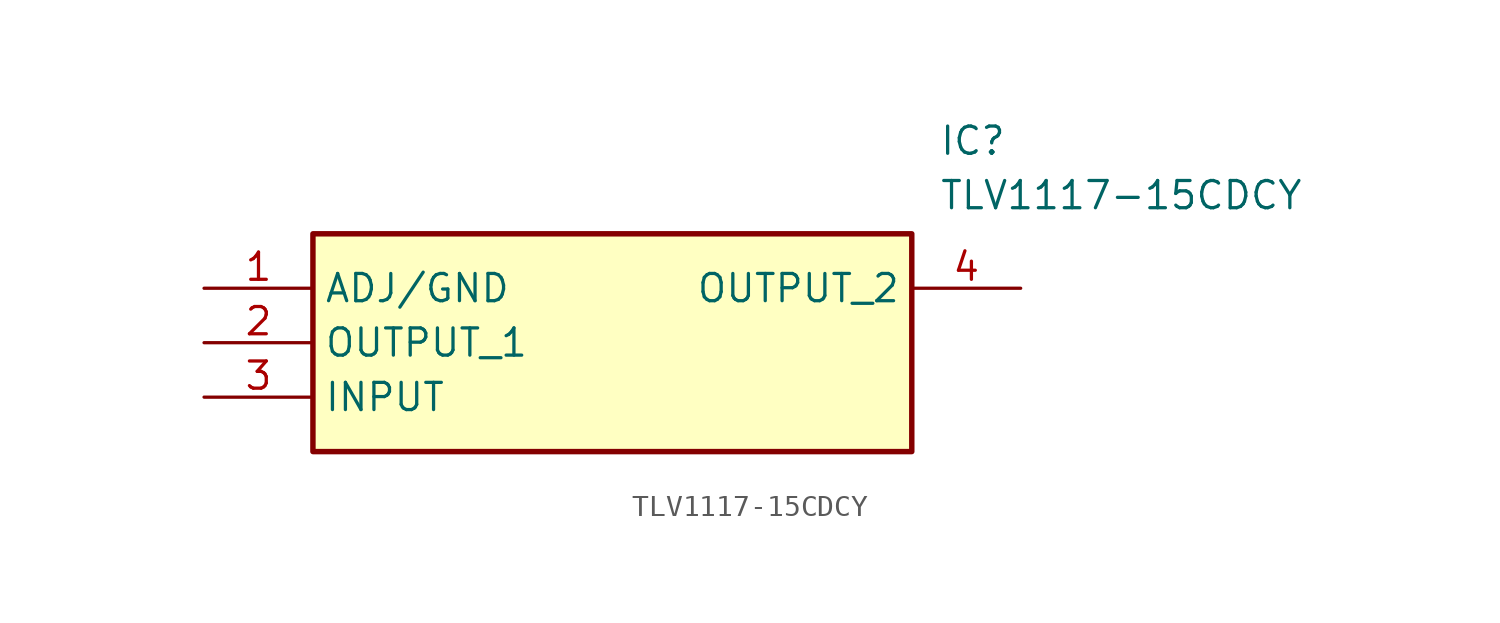
<source format=kicad_sym>
(kicad_symbol_lib
  (version 20211014)
  (generator SamacSys_ECAD_Model)
  (symbol "TLV1117-15CDCY"
    (property "Reference" "IC"
      (at 34.29 7.62 0)
      (effects (font (size 1.27 1.27)) (justify left top)))
    (property "Value" "TLV1117-15CDCY"
      (at 34.29 5.08 0)
      (effects (font (size 1.27 1.27)) (justify left top)))
    (rectangle
      (start 5.08 2.54)
      (end 33.02 -7.62)
      (stroke (width 0.254) (type default))
      (fill (type background)))
    (pin passive line
      (at 0 0 0)
      (length 5.08)
      (name "ADJ/GND" (effects (font (size 1.27 1.27))))
      (number "1" (effects (font (size 1.27 1.27)))))
    (pin passive line
      (at 0 -2.54 0)
      (length 5.08)
      (name "OUTPUT_1" (effects (font (size 1.27 1.27))))
      (number "2" (effects (font (size 1.27 1.27)))))
    (pin passive line
      (at 0 -5.08 0)
      (length 5.08)
      (name "INPUT" (effects (font (size 1.27 1.27))))
      (number "3" (effects (font (size 1.27 1.27)))))
    (pin passive line
      (at 38.1 0 180)
      (length 5.08)
      (name "OUTPUT_2" (effects (font (size 1.27 1.27))))
      (number "4" (effects (font (size 1.27 1.27)))))))
</source>
